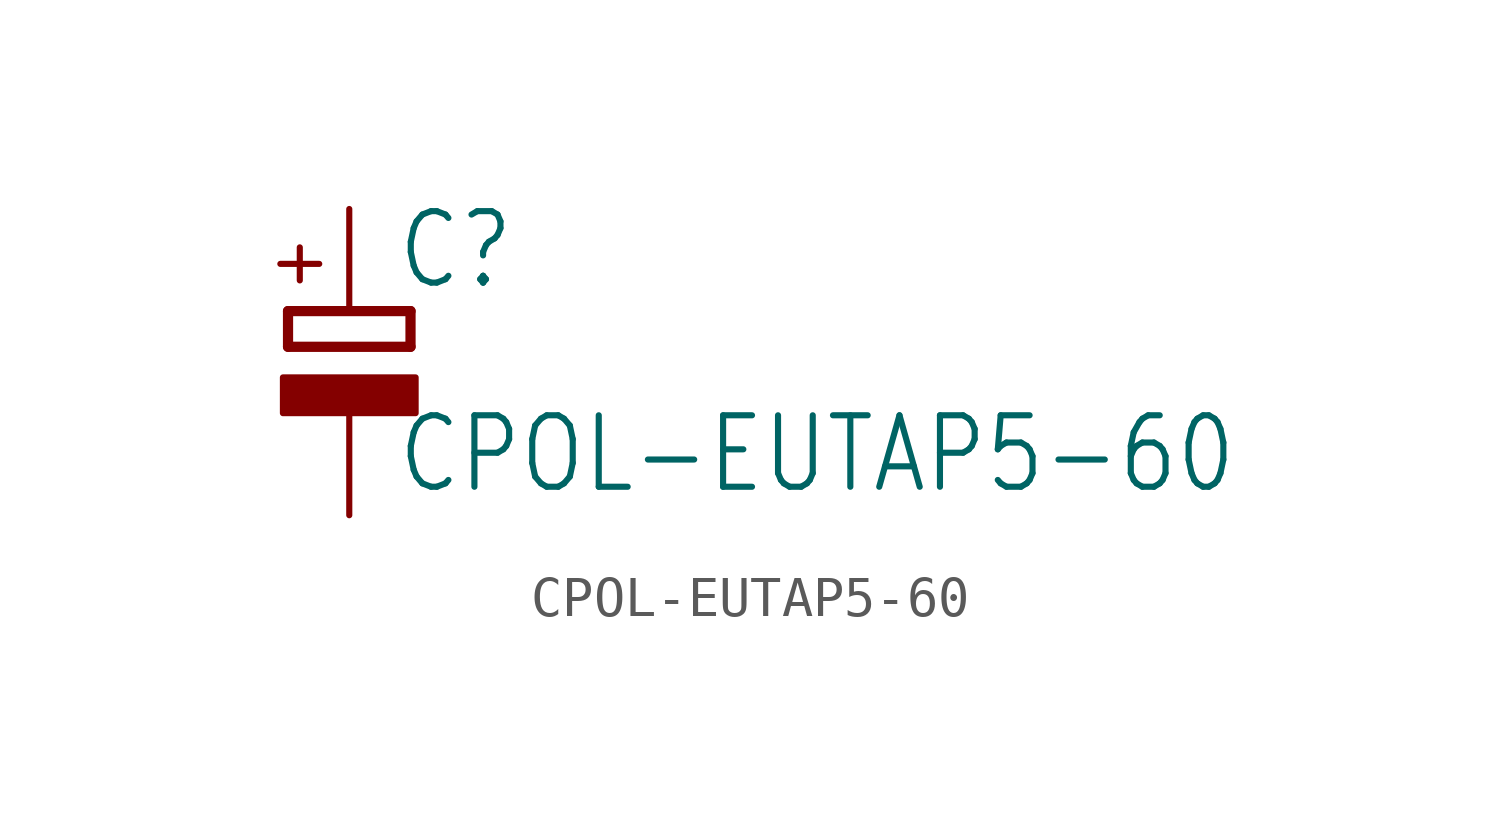
<source format=kicad_sym>
(kicad_symbol_lib
  (version 20220331)
  (generator kicad_symbol_editor)
  (symbol "CPOL-EUTAP5-60"
    (property "Reference" "C"
      (at 1.143 0.483 0)
      (effects (font (size 1.778 1.511)) (justify left bottom)))
    (property "Value" "CPOL-EUTAP5-60"
      (at 1.143 -4.597 0)
      (effects (font (size 1.778 1.511)) (justify left bottom)))
    (property "ki_locked" ""
      (at 0 0 0)
      (effects (font (size 1.27 1.27))))
    (symbol "CPOL-EUTAP5-60_1_0"
      (rectangle (start -1.651 -2.54) (end 1.651 -1.651) (stroke (width 0) (type default)) (fill (type outline)))
      (polyline (pts (xy -1.524 -0.889) (xy 1.524 -0.889)) (stroke (width 0.254) (type solid)) (fill (type none)))
      (polyline (pts (xy -1.524 0) (xy -1.524 -0.889)) (stroke (width 0.254) (type solid)) (fill (type none)))
      (polyline (pts (xy -1.524 0) (xy 1.524 0)) (stroke (width 0.254) (type solid)) (fill (type none)))
      (polyline (pts (xy 1.524 -0.889) (xy 1.524 0)) (stroke (width 0.254) (type solid)) (fill (type none)))
      (text "+" (at -0.584 0.406 900) (effects (font (size 1.27 1.079)) (justify left bottom)))
      (pin passive line (at 0 2.54 270) (length 2.54) (name "+" (effects (font (size 0 0)))) (number "+" (effects (font (size 0 0)))))
      (pin passive line (at 0 -5.08 90) (length 2.54) (name "-" (effects (font (size 0 0)))) (number "-" (effects (font (size 0 0))))))))
</source>
